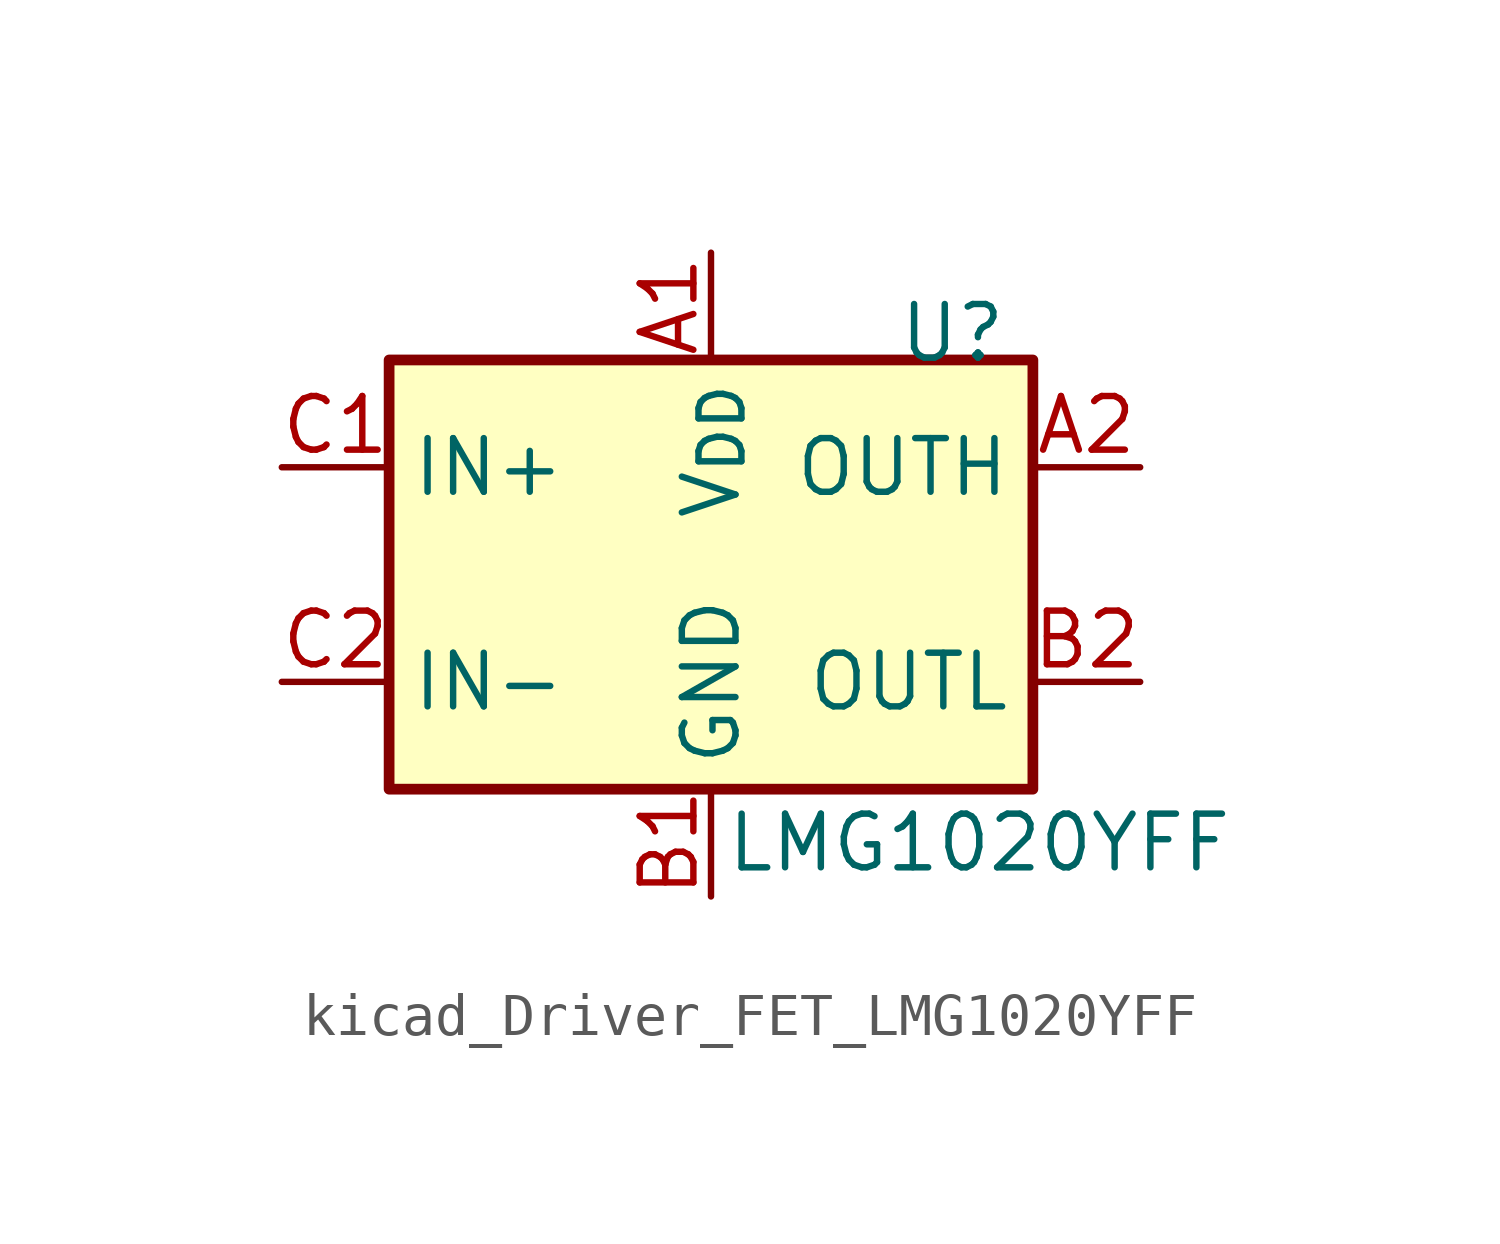
<source format=kicad_sym>
(kicad_symbol_lib
  (version 20220914)
  (generator kicad_symbol_editor)
  (symbol "kicad_Driver_FET_LMG1020YFF"
    (property "Reference" "U"
      (at 5.715 5.715 0)
      (effects (font (size 1.27 1.27))))
    (property "Value" "LMG1020YFF"
      (at 6.35 -6.35 0)
      (effects (font (size 1.27 1.27))))
    (symbol "kicad_Driver_FET_LMG1020YFF_0_1"
      (rectangle (start -7.62 5.08) (end 7.62 -5.08) (stroke (width 0.254) (type default)) (fill (type background))))
    (symbol "kicad_Driver_FET_LMG1020YFF_1_1"
      (pin power_in line (at 0 7.62 270) (length 2.54) (name "V_{DD}" (effects (font (size 1.27 1.27)))) (number "A1" (effects (font (size 1.27 1.27)))))
      (pin output line (at 10.16 2.54 180) (length 2.54) (name "OUTH" (effects (font (size 1.27 1.27)))) (number "A2" (effects (font (size 1.27 1.27)))))
      (pin power_in line (at 0 -7.62 90) (length 2.54) (name "GND" (effects (font (size 1.27 1.27)))) (number "B1" (effects (font (size 1.27 1.27)))))
      (pin output line (at 10.16 -2.54 180) (length 2.54) (name "OUTL" (effects (font (size 1.27 1.27)))) (number "B2" (effects (font (size 1.27 1.27)))))
      (pin input line (at -10.16 2.54 0) (length 2.54) (name "IN+" (effects (font (size 1.27 1.27)))) (number "C1" (effects (font (size 1.27 1.27)))))
      (pin input line (at -10.16 -2.54 0) (length 2.54) (name "IN-" (effects (font (size 1.27 1.27)))) (number "C2" (effects (font (size 1.27 1.27))))))))
</source>
